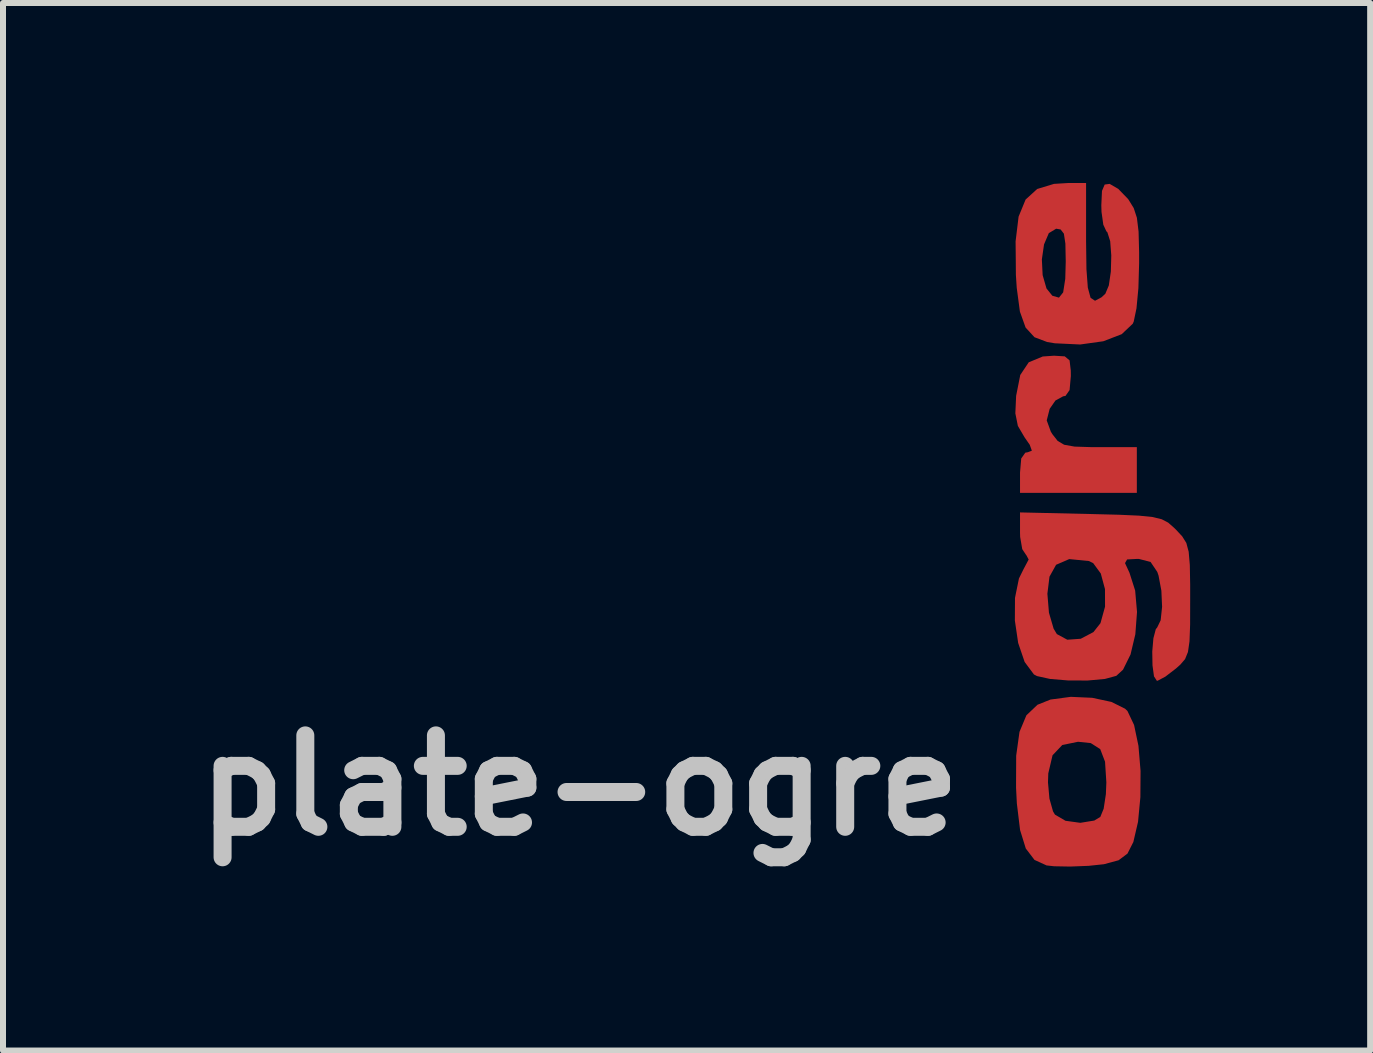
<source format=kicad_pcb>
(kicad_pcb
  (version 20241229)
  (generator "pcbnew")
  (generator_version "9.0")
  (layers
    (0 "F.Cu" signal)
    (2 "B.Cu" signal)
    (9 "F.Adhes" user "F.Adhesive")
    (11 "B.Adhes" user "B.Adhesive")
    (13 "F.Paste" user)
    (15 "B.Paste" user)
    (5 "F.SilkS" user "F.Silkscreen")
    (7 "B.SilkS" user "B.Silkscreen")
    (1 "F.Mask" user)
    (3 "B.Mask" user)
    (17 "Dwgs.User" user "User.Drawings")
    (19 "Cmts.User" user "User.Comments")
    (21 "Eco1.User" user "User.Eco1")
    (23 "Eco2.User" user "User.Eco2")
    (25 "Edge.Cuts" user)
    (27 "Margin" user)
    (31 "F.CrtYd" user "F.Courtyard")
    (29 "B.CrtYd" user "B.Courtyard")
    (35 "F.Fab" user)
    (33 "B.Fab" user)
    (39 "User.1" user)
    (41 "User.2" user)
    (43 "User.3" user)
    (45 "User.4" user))
  (footprint "plate-ogre"
    (layer "F.Cu")
    (at 14.714 5.673)
    (property "Reference" "plate-ogre" (at -8.103 4.369 0) (layer "Dwgs.User") (effects (font (size 1.524 1.524) (thickness 0.3))))
    (attr through_hole)
    (fp_poly (pts (xy -0.016 -2.783) (xy 0.064 -2.716) (xy 0.084 -2.546) (xy 0.085 -2.455) (xy 0.064 -2.221) (xy -0.004 -2.124) (xy -0.044 -2.117) (xy -0.172 -2.047) (xy -0.268 -1.908) (xy -0.317 -1.716) (xy -0.249 -1.529) (xy -0.222 -1.485) (xy -0.135 -1.374) (xy -0.027 -1.31) (xy 0.147 -1.279) (xy 0.432 -1.27) (xy 0.552 -1.27) (xy 1.185 -1.27) (xy 1.185 -0.508) (xy -0.762 -0.508) (xy -0.762 -0.847) (xy -0.742 -1.081) (xy -0.674 -1.178) (xy -0.632 -1.185) (xy -0.565 -1.211) (xy -0.6 -1.309) (xy -0.686 -1.433) (xy -0.798 -1.624) (xy -0.84 -1.833) (xy -0.827 -2.125) (xy -0.758 -2.473) (xy -0.617 -2.684) (xy -0.383 -2.781) (xy -0.195 -2.794)) (stroke (width 0) (type solid)) (fill yes) (layer "F.Cu"))
    (fp_poly (pts (xy 0.441 2.908) (xy 0.762 2.977) (xy 0.989 3.09) (xy 1.029 3.129) (xy 1.139 3.361) (xy 1.212 3.709) (xy 1.247 4.127) (xy 1.244 4.564) (xy 1.205 4.975) (xy 1.127 5.311) (xy 1.029 5.505) (xy 0.881 5.616) (xy 0.637 5.682) (xy 0.381 5.709) (xy 0.072 5.721) (xy -0.194 5.716) (xy -0.32 5.702) (xy -0.521 5.61) (xy -0.666 5.42) (xy -0.761 5.113) (xy -0.815 4.668) (xy -0.828 4.41) (xy -0.828 4.318) (xy -0.296 4.318) (xy -0.272 4.588) (xy -0.212 4.801) (xy -0.18 4.855) (xy -0.004 4.958) (xy 0.243 4.992) (xy 0.476 4.954) (xy 0.576 4.894) (xy 0.632 4.757) (xy 0.669 4.514) (xy 0.677 4.318) (xy 0.655 3.973) (xy 0.575 3.764) (xy 0.417 3.663) (xy 0.205 3.641) (xy -0.058 3.695) (xy -0.22 3.866) (xy -0.291 4.168) (xy -0.296 4.318) (xy -0.828 4.318) (xy -0.826 3.872) (xy -0.771 3.476) (xy -0.656 3.2) (xy -0.471 3.024) (xy -0.254 2.937) (xy 0.084 2.892)) (stroke (width 0) (type solid)) (fill yes) (layer "F.Cu"))
    (fp_poly (pts (xy 0.339 -4.699) (xy 0.345 -4.237) (xy 0.368 -3.929) (xy 0.414 -3.759) (xy 0.488 -3.71) (xy 0.597 -3.768) (xy 0.66 -3.827) (xy 0.718 -3.965) (xy 0.752 -4.197) (xy 0.759 -4.464) (xy 0.741 -4.702) (xy 0.694 -4.851) (xy 0.677 -4.868) (xy 0.626 -4.978) (xy 0.596 -5.193) (xy 0.593 -5.303) (xy 0.604 -5.541) (xy 0.649 -5.647) (xy 0.732 -5.658) (xy 0.875 -5.575) (xy 1.036 -5.409) (xy 1.048 -5.393) (xy 1.133 -5.255) (xy 1.186 -5.093) (xy 1.214 -4.862) (xy 1.223 -4.522) (xy 1.223 -4.334) (xy 1.211 -3.92) (xy 1.179 -3.583) (xy 1.133 -3.363) (xy 1.117 -3.327) (xy 0.933 -3.153) (xy 0.627 -3.035) (xy 0.241 -2.981) (xy -0.183 -3.001) (xy -0.309 -3.022) (xy -0.521 -3.102) (xy -0.669 -3.263) (xy -0.764 -3.529) (xy -0.817 -3.927) (xy -0.831 -4.142) (xy -0.833 -4.399) (xy -0.398 -4.399) (xy -0.385 -4.137) (xy -0.321 -3.915) (xy -0.224 -3.794) (xy -0.113 -3.762) (xy -0.043 -3.85) (xy -0.008 -4.075) (xy 0 -4.365) (xy -0.006 -4.663) (xy -0.031 -4.828) (xy -0.085 -4.898) (xy -0.16 -4.911) (xy -0.282 -4.837) (xy -0.362 -4.649) (xy -0.398 -4.399) (xy -0.833 -4.399) (xy -0.836 -4.7) (xy -0.786 -5.112) (xy -0.669 -5.397) (xy -0.476 -5.573) (xy -0.196 -5.658) (xy 0.048 -5.673) (xy 0.339 -5.673)) (stroke (width 0) (type solid)) (fill yes) (layer "F.Cu"))
    (fp_poly (pts (xy 0.422 -0.155) (xy 0.891 -0.143) (xy 1.223 -0.128) (xy 1.449 -0.105) (xy 1.6 -0.068) (xy 1.707 -0.012) (xy 1.802 0.071) (xy 1.84 0.108) (xy 1.942 0.218) (xy 2.01 0.327) (xy 2.049 0.473) (xy 2.068 0.693) (xy 2.074 1.023) (xy 2.074 1.279) (xy 2.073 1.689) (xy 2.063 1.966) (xy 2.037 2.145) (xy 1.989 2.263) (xy 1.909 2.356) (xy 1.837 2.42) (xy 1.661 2.555) (xy 1.533 2.623) (xy 1.519 2.625) (xy 1.471 2.551) (xy 1.446 2.368) (xy 1.442 2.137) (xy 1.461 1.916) (xy 1.501 1.764) (xy 1.524 1.736) (xy 1.582 1.616) (xy 1.606 1.392) (xy 1.594 1.123) (xy 1.547 0.872) (xy 1.526 0.81) (xy 1.414 0.644) (xy 1.218 0.593) (xy 1.192 0.593) (xy 1.023 0.602) (xy 0.988 0.663) (xy 1.062 0.823) (xy 1.063 0.826) (xy 1.157 1.12) (xy 1.188 1.477) (xy 1.16 1.849) (xy 1.08 2.186) (xy 0.955 2.439) (xy 0.843 2.542) (xy 0.652 2.594) (xy 0.364 2.62) (xy 0.04 2.619) (xy -0.261 2.594) (xy -0.479 2.546) (xy -0.53 2.519) (xy -0.685 2.311) (xy -0.793 1.994) (xy -0.848 1.62) (xy -0.846 1.244) (xy -0.832 1.174) (xy -0.306 1.174) (xy -0.28 1.489) (xy -0.202 1.756) (xy -0.148 1.846) (xy 0.026 1.94) (xy 0.25 1.924) (xy 0.461 1.813) (xy 0.579 1.664) (xy 0.655 1.389) (xy 0.654 1.096) (xy 0.584 0.836) (xy 0.457 0.663) (xy 0.384 0.628) (xy 0.058 0.596) (xy -0.161 0.691) (xy -0.271 0.889) (xy -0.306 1.174) (xy -0.832 1.174) (xy -0.78 0.919) (xy -0.704 0.765) (xy -0.618 0.603) (xy -0.658 0.529) (xy -0.661 0.527) (xy -0.725 0.43) (xy -0.76 0.227) (xy -0.762 0.156) (xy -0.762 -0.182)) (stroke (width 0) (type solid)) (fill yes) (layer "F.Cu"))
    (fp_poly (pts (xy -0.016 -2.783) (xy 0.064 -2.716) (xy 0.084 -2.546) (xy 0.085 -2.455) (xy 0.064 -2.221) (xy -0.004 -2.124) (xy -0.044 -2.117) (xy -0.172 -2.047) (xy -0.268 -1.908) (xy -0.317 -1.716) (xy -0.249 -1.529) (xy -0.222 -1.485) (xy -0.135 -1.374) (xy -0.027 -1.31) (xy 0.147 -1.279) (xy 0.432 -1.27) (xy 0.552 -1.27) (xy 1.185 -1.27) (xy 1.185 -0.508) (xy -0.762 -0.508) (xy -0.762 -0.847) (xy -0.742 -1.081) (xy -0.674 -1.178) (xy -0.632 -1.185) (xy -0.565 -1.211) (xy -0.6 -1.309) (xy -0.686 -1.433) (xy -0.798 -1.624) (xy -0.84 -1.833) (xy -0.827 -2.125) (xy -0.758 -2.473) (xy -0.617 -2.684) (xy -0.383 -2.781) (xy -0.195 -2.794)) (stroke (width 0) (type solid)) (fill yes) (layer "F.Mask"))
    (fp_poly (pts (xy 0.441 2.908) (xy 0.762 2.977) (xy 0.989 3.09) (xy 1.029 3.129) (xy 1.139 3.361) (xy 1.212 3.709) (xy 1.247 4.127) (xy 1.244 4.564) (xy 1.205 4.975) (xy 1.127 5.311) (xy 1.029 5.505) (xy 0.881 5.616) (xy 0.637 5.682) (xy 0.381 5.709) (xy 0.072 5.721) (xy -0.194 5.716) (xy -0.32 5.702) (xy -0.521 5.61) (xy -0.666 5.42) (xy -0.761 5.113) (xy -0.815 4.668) (xy -0.828 4.41) (xy -0.828 4.318) (xy -0.296 4.318) (xy -0.272 4.588) (xy -0.212 4.801) (xy -0.18 4.855) (xy -0.004 4.958) (xy 0.243 4.992) (xy 0.476 4.954) (xy 0.576 4.894) (xy 0.632 4.757) (xy 0.669 4.514) (xy 0.677 4.318) (xy 0.655 3.973) (xy 0.575 3.764) (xy 0.417 3.663) (xy 0.205 3.641) (xy -0.058 3.695) (xy -0.22 3.866) (xy -0.291 4.168) (xy -0.296 4.318) (xy -0.828 4.318) (xy -0.826 3.872) (xy -0.771 3.476) (xy -0.656 3.2) (xy -0.471 3.024) (xy -0.254 2.937) (xy 0.084 2.892)) (stroke (width 0) (type solid)) (fill yes) (layer "F.Mask"))
    (fp_poly (pts (xy 0.339 -4.699) (xy 0.345 -4.237) (xy 0.368 -3.929) (xy 0.414 -3.759) (xy 0.488 -3.71) (xy 0.597 -3.768) (xy 0.66 -3.827) (xy 0.718 -3.965) (xy 0.752 -4.197) (xy 0.759 -4.464) (xy 0.741 -4.702) (xy 0.694 -4.851) (xy 0.677 -4.868) (xy 0.626 -4.978) (xy 0.596 -5.193) (xy 0.593 -5.303) (xy 0.604 -5.541) (xy 0.649 -5.647) (xy 0.732 -5.658) (xy 0.875 -5.575) (xy 1.036 -5.409) (xy 1.048 -5.393) (xy 1.133 -5.255) (xy 1.186 -5.093) (xy 1.214 -4.862) (xy 1.223 -4.522) (xy 1.223 -4.334) (xy 1.211 -3.92) (xy 1.179 -3.583) (xy 1.133 -3.363) (xy 1.117 -3.327) (xy 0.933 -3.153) (xy 0.627 -3.035) (xy 0.241 -2.981) (xy -0.183 -3.001) (xy -0.309 -3.022) (xy -0.521 -3.102) (xy -0.669 -3.263) (xy -0.764 -3.529) (xy -0.817 -3.927) (xy -0.831 -4.142) (xy -0.833 -4.399) (xy -0.398 -4.399) (xy -0.385 -4.137) (xy -0.321 -3.915) (xy -0.224 -3.794) (xy -0.113 -3.762) (xy -0.043 -3.85) (xy -0.008 -4.075) (xy 0 -4.365) (xy -0.006 -4.663) (xy -0.031 -4.828) (xy -0.085 -4.898) (xy -0.16 -4.911) (xy -0.282 -4.837) (xy -0.362 -4.649) (xy -0.398 -4.399) (xy -0.833 -4.399) (xy -0.836 -4.7) (xy -0.786 -5.112) (xy -0.669 -5.397) (xy -0.476 -5.573) (xy -0.196 -5.658) (xy 0.048 -5.673) (xy 0.339 -5.673)) (stroke (width 0) (type solid)) (fill yes) (layer "F.Mask"))
    (fp_poly (pts (xy 0.422 -0.155) (xy 0.891 -0.143) (xy 1.223 -0.128) (xy 1.449 -0.105) (xy 1.6 -0.068) (xy 1.707 -0.012) (xy 1.802 0.071) (xy 1.84 0.108) (xy 1.942 0.218) (xy 2.01 0.327) (xy 2.049 0.473) (xy 2.068 0.693) (xy 2.074 1.023) (xy 2.074 1.279) (xy 2.073 1.689) (xy 2.063 1.966) (xy 2.037 2.145) (xy 1.989 2.263) (xy 1.909 2.356) (xy 1.837 2.42) (xy 1.661 2.555) (xy 1.533 2.623) (xy 1.519 2.625) (xy 1.471 2.551) (xy 1.446 2.368) (xy 1.442 2.137) (xy 1.461 1.916) (xy 1.501 1.764) (xy 1.524 1.736) (xy 1.582 1.616) (xy 1.606 1.392) (xy 1.594 1.123) (xy 1.547 0.872) (xy 1.526 0.81) (xy 1.414 0.644) (xy 1.218 0.593) (xy 1.192 0.593) (xy 1.023 0.602) (xy 0.988 0.663) (xy 1.062 0.823) (xy 1.063 0.826) (xy 1.157 1.12) (xy 1.188 1.477) (xy 1.16 1.849) (xy 1.08 2.186) (xy 0.955 2.439) (xy 0.843 2.542) (xy 0.652 2.594) (xy 0.364 2.62) (xy 0.04 2.619) (xy -0.261 2.594) (xy -0.479 2.546) (xy -0.53 2.519) (xy -0.685 2.311) (xy -0.793 1.994) (xy -0.848 1.62) (xy -0.846 1.244) (xy -0.832 1.174) (xy -0.306 1.174) (xy -0.28 1.489) (xy -0.202 1.756) (xy -0.148 1.846) (xy 0.026 1.94) (xy 0.25 1.924) (xy 0.461 1.813) (xy 0.579 1.664) (xy 0.655 1.389) (xy 0.654 1.096) (xy 0.584 0.836) (xy 0.457 0.663) (xy 0.384 0.628) (xy 0.058 0.596) (xy -0.161 0.691) (xy -0.271 0.889) (xy -0.306 1.174) (xy -0.832 1.174) (xy -0.78 0.919) (xy -0.704 0.765) (xy -0.618 0.603) (xy -0.658 0.529) (xy -0.661 0.527) (xy -0.725 0.43) (xy -0.76 0.227) (xy -0.762 0.156) (xy -0.762 -0.182)) (stroke (width 0) (type solid)) (fill yes) (layer "F.Mask")))
  (gr_rect
    (start -3 -3)
    (end 19.788 14.46)
    (stroke (width 0.1) (type default))
    (fill no)
    (layer "Edge.Cuts")))
</source>
